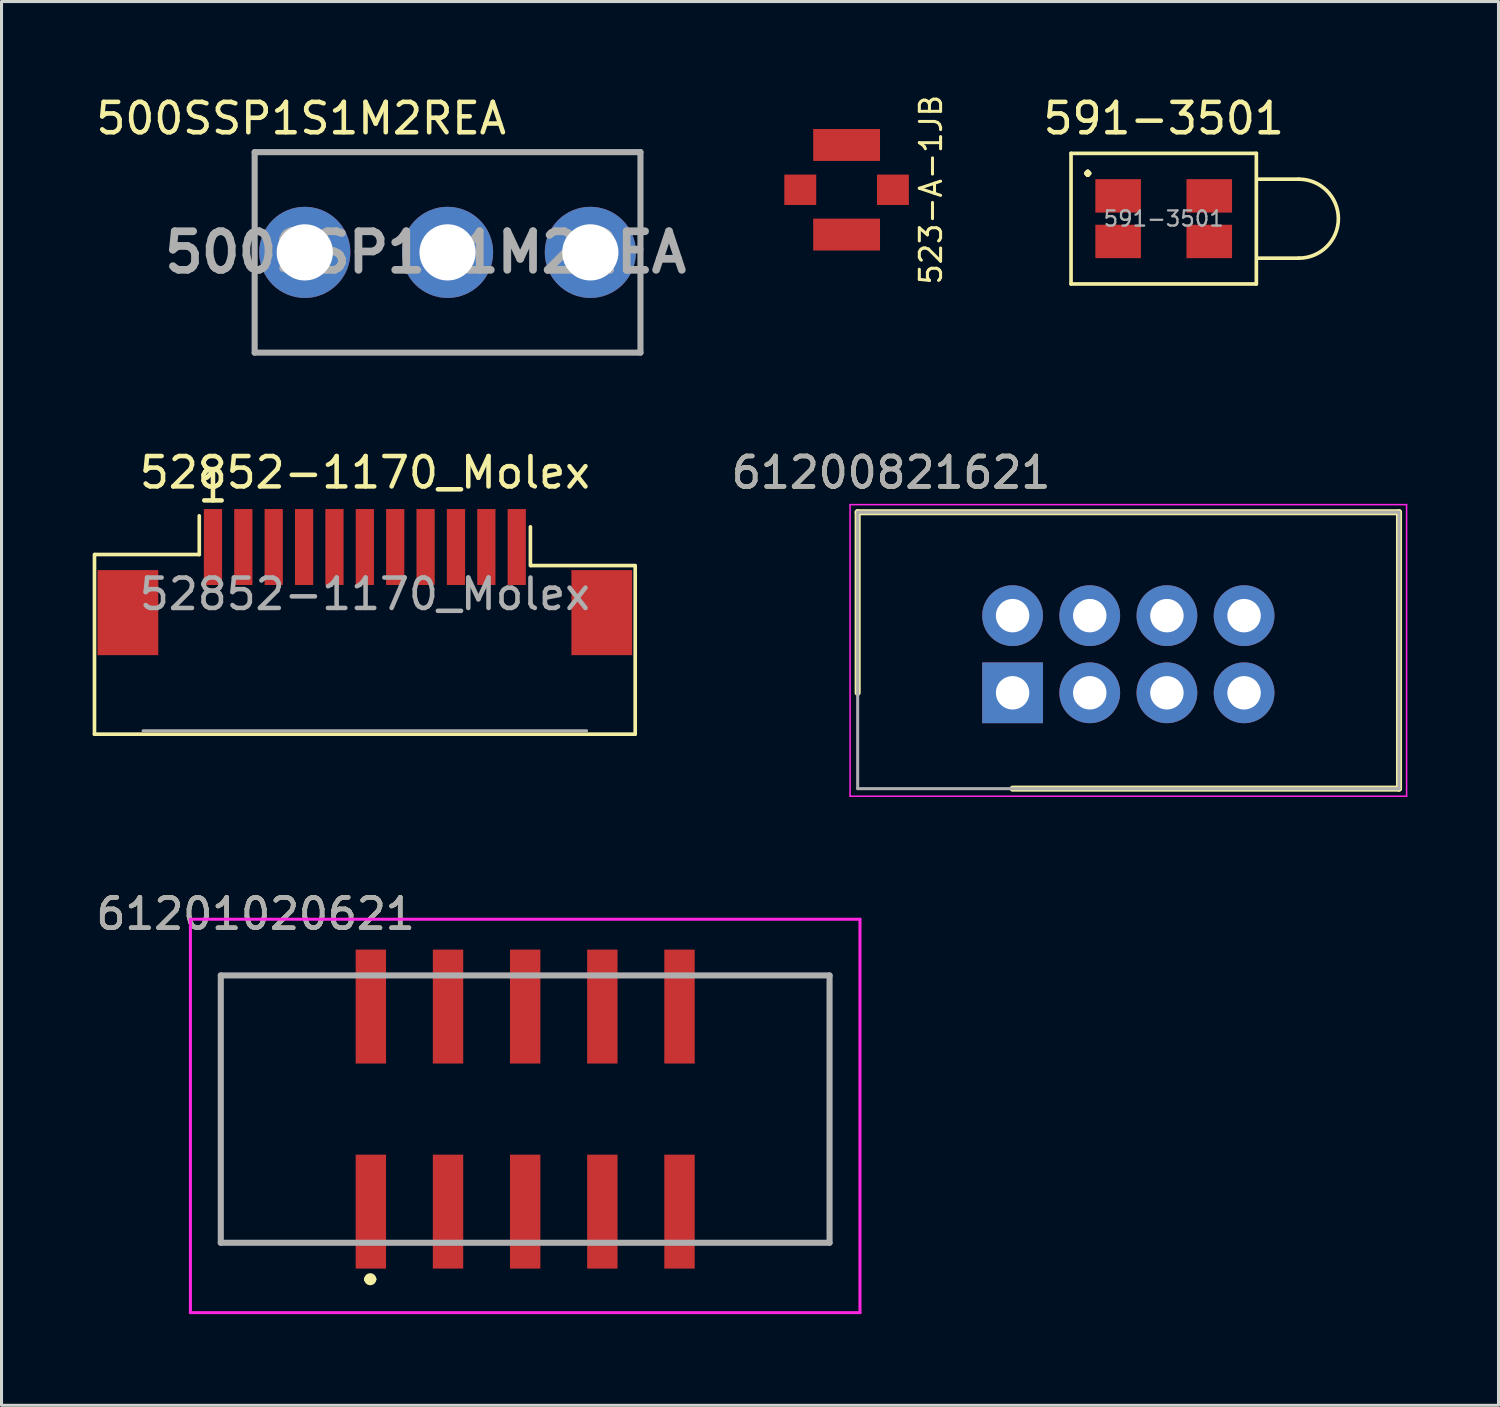
<source format=kicad_pcb>
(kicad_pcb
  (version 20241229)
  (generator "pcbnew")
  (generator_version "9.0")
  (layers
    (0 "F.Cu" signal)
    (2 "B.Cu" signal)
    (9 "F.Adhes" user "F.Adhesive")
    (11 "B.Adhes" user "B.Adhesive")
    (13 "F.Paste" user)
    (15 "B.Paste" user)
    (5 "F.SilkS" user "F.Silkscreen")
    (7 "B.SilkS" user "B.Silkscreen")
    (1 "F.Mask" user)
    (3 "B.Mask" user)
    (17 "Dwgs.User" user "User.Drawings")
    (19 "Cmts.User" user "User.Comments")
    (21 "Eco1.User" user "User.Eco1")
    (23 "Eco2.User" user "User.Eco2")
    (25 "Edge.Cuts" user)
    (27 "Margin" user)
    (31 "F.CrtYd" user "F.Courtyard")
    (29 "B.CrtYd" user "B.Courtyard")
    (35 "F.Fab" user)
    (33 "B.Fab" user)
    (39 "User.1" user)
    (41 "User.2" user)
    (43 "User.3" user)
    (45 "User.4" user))
  (footprint "52852-1170_Molex"
    (layer "F.Cu")
    (at 8.96 15.117)
    (property "Reference" "52852-1170_Molex" (at 0 -2.61 0) (layer "F.SilkS") (effects (font (size 1 1) (thickness 0.15))))
    (attr smd)
    (fp_line (start -8.9 6) (end -8.9 0.087) (stroke (width 0.12) (type solid)) (layer "F.SilkS"))
    (fp_line (start -8.9 6) (end 8.9 6) (stroke (width 0.12) (type solid)) (layer "F.SilkS"))
    (fp_line (start -8.89 0.087) (end -5.45 0.087) (stroke (width 0.12) (type solid)) (layer "F.SilkS"))
    (fp_line (start -5.45 0.087) (end -5.45 -1.188) (stroke (width 0.12) (type solid)) (layer "F.SilkS"))
    (fp_line (start 5.45 0.45) (end 5.45 -0.825) (stroke (width 0.12) (type solid)) (layer "F.SilkS"))
    (fp_line (start 8.9 0.45) (end 5.46 0.45) (stroke (width 0.12) (type solid)) (layer "F.SilkS"))
    (fp_line (start 8.9 6) (end 8.9 0.463) (stroke (width 0.12) (type solid)) (layer "F.SilkS"))
    (fp_line (start -7.3 5.89) (end 7.3 5.89) (stroke (width 0.1) (type solid)) (layer "F.Fab"))
    (fp_text user "1" (at -5 -2.15 0) (unlocked yes) (layer "F.SilkS") (effects (font (size 1 1) (thickness 0.15))))
    (fp_text user "${REFERENCE}" (at 0 1.39 0) (layer "F.Fab") (effects (font (size 1 1) (thickness 0.15))))
    (pad "1" smd rect (at -5 -0.16) (size 0.6 2.5) (layers "F.Cu" "F.Mask" "F.Paste"))
    (pad "2" smd rect (at -4 -0.16) (size 0.6 2.5) (layers "F.Cu" "F.Mask" "F.Paste"))
    (pad "3" smd rect (at -3 -0.16) (size 0.6 2.5) (layers "F.Cu" "F.Mask" "F.Paste"))
    (pad "4" smd rect (at -2 -0.16) (size 0.6 2.5) (layers "F.Cu" "F.Mask" "F.Paste"))
    (pad "5" smd rect (at -1 -0.16) (size 0.6 2.5) (layers "F.Cu" "F.Mask" "F.Paste"))
    (pad "6" smd rect (at 0 -0.16) (size 0.6 2.5) (layers "F.Cu" "F.Mask" "F.Paste"))
    (pad "7" smd rect (at 1 -0.16) (size 0.6 2.5) (layers "F.Cu" "F.Mask" "F.Paste"))
    (pad "8" smd rect (at 2 -0.16) (size 0.6 2.5) (layers "F.Cu" "F.Mask" "F.Paste"))
    (pad "9" smd rect (at 3 -0.16) (size 0.6 2.5) (layers "F.Cu" "F.Mask" "F.Paste"))
    (pad "10" smd rect (at 4 -0.16) (size 0.6 2.5) (layers "F.Cu" "F.Mask" "F.Paste"))
    (pad "11" smd rect (at 5 -0.16) (size 0.6 2.5) (layers "F.Cu" "F.Mask" "F.Paste"))
    (pad "MP" smd rect (at -7.8 2) (size 2 2.8) (layers "F.Cu" "F.Mask" "F.Paste"))
    (pad "MP" smd rect (at 7.8 2) (size 2 2.8) (layers "F.Cu" "F.Mask" "F.Paste")))
  (footprint "523-A-1JB"
    (layer "F.Cu")
    (at 24.819 3.197)
    (property "Reference" "523-A-1JB" (at 2.775 0 270) (layer "F.SilkS") (effects (font (size 0.7 0.7) (thickness 0.1))))
    (attr through_hole)
    (pad "1" smd rect (at 1.525 0) (size 1.05 1) (layers "F.Cu" "F.Mask" "F.Paste"))
    (pad "2" smd rect (at -1.525 0) (size 1.05 1) (layers "F.Cu" "F.Mask" "F.Paste"))
    (pad "2" smd rect (at 0 -1.475) (size 2.2 1.05) (layers "F.Cu" "F.Mask" "F.Paste"))
    (pad "2" smd rect (at 0 1.475) (size 2.2 1.05) (layers "F.Cu" "F.Mask" "F.Paste")))
  (footprint "61201020621"
    (layer "F.Cu")
    (at 14.238 33.685)
    (property "Reference" "61201020621" (at -8.875 -6.65 0) (layer "F.SilkS") (effects (font (size 1 1) (thickness 0.15))))
    (attr smd)
    (fp_line (start -10.02 4.175) (end -6 4.175) (stroke (width 0.1) (type solid)) (layer "F.SilkS"))
    (fp_line (start -10 -4.625) (end -10.02 4.175) (stroke (width 0.1) (type solid)) (layer "F.SilkS"))
    (fp_line (start -6 -4.625) (end -10 -4.625) (stroke (width 0.1) (type solid)) (layer "F.SilkS"))
    (fp_line (start -5.2 5.375) (end -5.2 5.375) (stroke (width 0.2) (type solid)) (layer "F.SilkS"))
    (fp_line (start -5 5.375) (end -5 5.375) (stroke (width 0.2) (type solid)) (layer "F.SilkS"))
    (fp_line (start 6 -4.625) (end 10 -4.625) (stroke (width 0.1) (type solid)) (layer "F.SilkS"))
    (fp_line (start 10 -4.625) (end 10 4.175) (stroke (width 0.1) (type solid)) (layer "F.SilkS"))
    (fp_line (start 10 4.175) (end 6 4.175) (stroke (width 0.1) (type solid)) (layer "F.SilkS"))
    (fp_arc (start -5.2 5.375) (mid -5.1 5.275) (end -5 5.375) (stroke (width 0.2) (type solid)) (layer "F.SilkS"))
    (fp_arc (start -5 5.375) (mid -5.1 5.475) (end -5.2 5.375) (stroke (width 0.2) (type solid)) (layer "F.SilkS"))
    (fp_line (start -11.02 -6.475) (end 11.02 -6.475) (stroke (width 0.1) (type solid)) (layer "F.CrtYd"))
    (fp_line (start -11.02 6.475) (end -11.02 -6.475) (stroke (width 0.1) (type solid)) (layer "F.CrtYd"))
    (fp_line (start 11.02 -6.475) (end 11.02 6.475) (stroke (width 0.1) (type solid)) (layer "F.CrtYd"))
    (fp_line (start 11.02 6.475) (end -11.02 6.475) (stroke (width 0.1) (type solid)) (layer "F.CrtYd"))
    (fp_line (start -10.02 -4.625) (end 10.02 -4.625) (stroke (width 0.2) (type solid)) (layer "F.Fab"))
    (fp_line (start -10.02 4.175) (end -10.02 -4.625) (stroke (width 0.2) (type solid)) (layer "F.Fab"))
    (fp_line (start 10.02 -4.625) (end 10.02 4.175) (stroke (width 0.2) (type solid)) (layer "F.Fab"))
    (fp_line (start 10.02 4.175) (end -10.02 4.175) (stroke (width 0.2) (type solid)) (layer "F.Fab"))
    (fp_text user "${REFERENCE}" (at -8.875 -6.65 0) (layer "F.Fab") (effects (font (size 1 1) (thickness 0.15))))
    (pad "1" smd rect (at -5.08 3.15) (size 1 3.75) (layers "F.Cu" "F.Mask" "F.Paste"))
    (pad "2" smd rect (at -5.08 -3.6) (size 1 3.75) (layers "F.Cu" "F.Mask" "F.Paste"))
    (pad "3" smd rect (at -2.54 3.15) (size 1 3.75) (layers "F.Cu" "F.Mask" "F.Paste"))
    (pad "4" smd rect (at -2.54 -3.6) (size 1 3.75) (layers "F.Cu" "F.Mask" "F.Paste"))
    (pad "5" smd rect (at 0 3.15) (size 1 3.75) (layers "F.Cu" "F.Mask" "F.Paste"))
    (pad "6" smd rect (at 0 -3.6) (size 1 3.75) (layers "F.Cu" "F.Mask" "F.Paste"))
    (pad "7" smd rect (at 2.54 3.15) (size 1 3.75) (layers "F.Cu" "F.Mask" "F.Paste"))
    (pad "8" smd rect (at 2.54 -3.6) (size 1 3.75) (layers "F.Cu" "F.Mask" "F.Paste"))
    (pad "9" smd rect (at 5.08 3.15) (size 1 3.75) (layers "F.Cu" "F.Mask" "F.Paste"))
    (pad "10" smd rect (at 5.08 -3.6) (size 1 3.75) (layers "F.Cu" "F.Mask" "F.Paste")))
  (footprint "591-3501"
    (layer "F.Cu")
    (at 35.257 4.148)
    (property "Reference" "591-3501" (at 0 -3.3 0) (layer "F.SilkS") (effects (font (size 1 1) (thickness 0.15))))
    (attr smd)
    (fp_line (start -3.05 -2.15) (end 3.05 -2.15) (stroke (width 0.12) (type solid)) (layer "F.SilkS"))
    (fp_line (start -3.05 2.15) (end -3.05 -2.15) (stroke (width 0.12) (type solid)) (layer "F.SilkS"))
    (fp_line (start -3.05 2.15) (end 3.05 2.15) (stroke (width 0.12) (type solid)) (layer "F.SilkS"))
    (fp_line (start 3.05 2.15) (end 3.05 -2.15) (stroke (width 0.12) (type solid)) (layer "F.SilkS"))
    (fp_line (start 4.45 -1.3) (end 3.1 -1.3) (stroke (width 0.12) (type solid)) (layer "F.SilkS"))
    (fp_line (start 4.45 1.3) (end 3.1 1.3) (stroke (width 0.12) (type solid)) (layer "F.SilkS"))
    (fp_arc (start 4.45 -1.3) (mid 5.75 0) (end 4.45 1.3) (stroke (width 0.12) (type solid)) (layer "F.SilkS"))
    (fp_text user "." (at -2.5 -1.9 0) (unlocked yes) (layer "F.SilkS") (effects (font (size 1 1) (thickness 0.15))))
    (fp_text user "${REFERENCE}" (at 0 0 0) (layer "F.Fab") (effects (font (size 0.5 0.5) (thickness 0.075))))
    (pad "1" smd rect (at -1.5 -0.75) (size 1.5 1.1) (layers "F.Cu" "F.Mask" "F.Paste"))
    (pad "2" smd rect (at 1.5 -0.75) (size 1.5 1.1) (layers "F.Cu" "F.Mask" "F.Paste"))
    (pad "3" smd rect (at 1.5 0.75) (size 1.5 1.1) (layers "F.Cu" "F.Mask" "F.Paste"))
    (pad "4" smd rect (at -1.5 0.75) (size 1.5 1.1) (layers "F.Cu" "F.Mask" "F.Paste")))
  (footprint "500SSP1S1M2REA"
    (layer "F.Cu")
    (at 6.983 5.258)
    (property "Reference" "500SSP1S1M2REA" (at -0.12 -4.41 0) (layer "F.SilkS") (effects (font (size 1 1) (thickness 0.15))))
    (attr through_hole)
    (fp_line (start -1.65 -3.3) (end 11.05 -3.3) (stroke (width 0.1) (type solid)) (layer "F.SilkS"))
    (fp_line (start -1.65 3.3) (end -1.65 -3.3) (stroke (width 0.1) (type solid)) (layer "F.SilkS"))
    (fp_line (start 11.05 -3.3) (end 11.05 3.3) (stroke (width 0.1) (type solid)) (layer "F.SilkS"))
    (fp_line (start 11.05 3.3) (end -1.65 3.3) (stroke (width 0.1) (type solid)) (layer "F.SilkS"))
    (fp_line (start -1.65 -3.3) (end 11.05 -3.3) (stroke (width 0.2) (type solid)) (layer "F.Fab"))
    (fp_line (start -1.65 3.3) (end -1.65 -3.3) (stroke (width 0.2) (type solid)) (layer "F.Fab"))
    (fp_line (start 11.05 -3.3) (end 11.05 3.3) (stroke (width 0.2) (type solid)) (layer "F.Fab"))
    (fp_line (start 11.05 3.3) (end -1.65 3.3) (stroke (width 0.2) (type solid)) (layer "F.Fab"))
    (fp_text user "${REFERENCE}" (at 3.975 0 0) (layer "F.Fab") (effects (font (size 1.27 1.27) (thickness 0.254))))
    (pad "1" thru_hole circle (at 0 0) (size 3 3) (drill 1.85) (layers "*.Cu" "*.Mask"))
    (pad "2" thru_hole circle (at 4.7 0) (size 3 3) (drill 1.85) (layers "*.Cu" "*.Mask"))
    (pad "3" thru_hole circle (at 9.4 0) (size 3 3) (drill 1.85) (layers "*.Cu" "*.Mask")))
  (footprint "61200821621"
    (layer "F.Cu")
    (at 34.033 18.506)
    (property "Reference" "61200821621" (at -7.75 -6 0) (layer "F.SilkS") (effects (font (size 1 1) (thickness 0.15))))
    (attr through_hole)
    (fp_line (start -8.85 -4.695) (end -8.85 1.25) (stroke (width 0.2) (type solid)) (layer "F.SilkS"))
    (fp_line (start -3.75 4.405) (end 8.97 4.405) (stroke (width 0.2) (type solid)) (layer "F.SilkS"))
    (fp_line (start 8.97 -4.695) (end -8.85 -4.695) (stroke (width 0.2) (type solid)) (layer "F.SilkS"))
    (fp_line (start 8.97 4.405) (end 8.97 -4.695) (stroke (width 0.2) (type solid)) (layer "F.SilkS"))
    (fp_line (start -9.1 -4.945) (end 9.22 -4.945) (stroke (width 0.05) (type solid)) (layer "F.CrtYd"))
    (fp_line (start -9.1 4.655) (end -9.1 -4.945) (stroke (width 0.05) (type solid)) (layer "F.CrtYd"))
    (fp_line (start 9.22 -4.945) (end 9.22 4.655) (stroke (width 0.05) (type solid)) (layer "F.CrtYd"))
    (fp_line (start 9.22 4.655) (end -9.1 4.655) (stroke (width 0.05) (type solid)) (layer "F.CrtYd"))
    (fp_line (start -8.85 -4.695) (end 8.97 -4.695) (stroke (width 0.1) (type solid)) (layer "F.Fab"))
    (fp_line (start -8.85 4.405) (end -8.85 -4.695) (stroke (width 0.1) (type solid)) (layer "F.Fab"))
    (fp_line (start 8.97 -4.695) (end 8.97 4.405) (stroke (width 0.1) (type solid)) (layer "F.Fab"))
    (fp_line (start 8.97 4.405) (end -8.85 4.405) (stroke (width 0.1) (type solid)) (layer "F.Fab"))
    (fp_text user "${REFERENCE}" (at -7.75 -6 0) (layer "F.Fab") (effects (font (size 1 1) (thickness 0.15))))
    (pad "1" thru_hole rect (at -3.75 1.25) (size 2 2) (drill 1.1) (layers "*.Cu" "*.Mask"))
    (pad "2" thru_hole circle (at -3.75 -1.29) (size 2 2) (drill 1.1) (layers "*.Cu" "*.Mask"))
    (pad "3" thru_hole circle (at -1.21 1.25) (size 2 2) (drill 1.1) (layers "*.Cu" "*.Mask"))
    (pad "4" thru_hole circle (at -1.21 -1.29) (size 2 2) (drill 1.1) (layers "*.Cu" "*.Mask"))
    (pad "5" thru_hole circle (at 1.33 1.25) (size 2 2) (drill 1.1) (layers "*.Cu" "*.Mask"))
    (pad "6" thru_hole circle (at 1.33 -1.29) (size 2 2) (drill 1.1) (layers "*.Cu" "*.Mask"))
    (pad "7" thru_hole circle (at 3.87 1.25) (size 2 2) (drill 1.1) (layers "*.Cu" "*.Mask"))
    (pad "8" thru_hole circle (at 3.87 -1.29) (size 2 2) (drill 1.1) (layers "*.Cu" "*.Mask")))
  (gr_rect
    (start -3 -3)
    (end 46.278 43.21)
    (stroke (width 0.1) (type default))
    (fill no)
    (layer "Edge.Cuts")))
</source>
